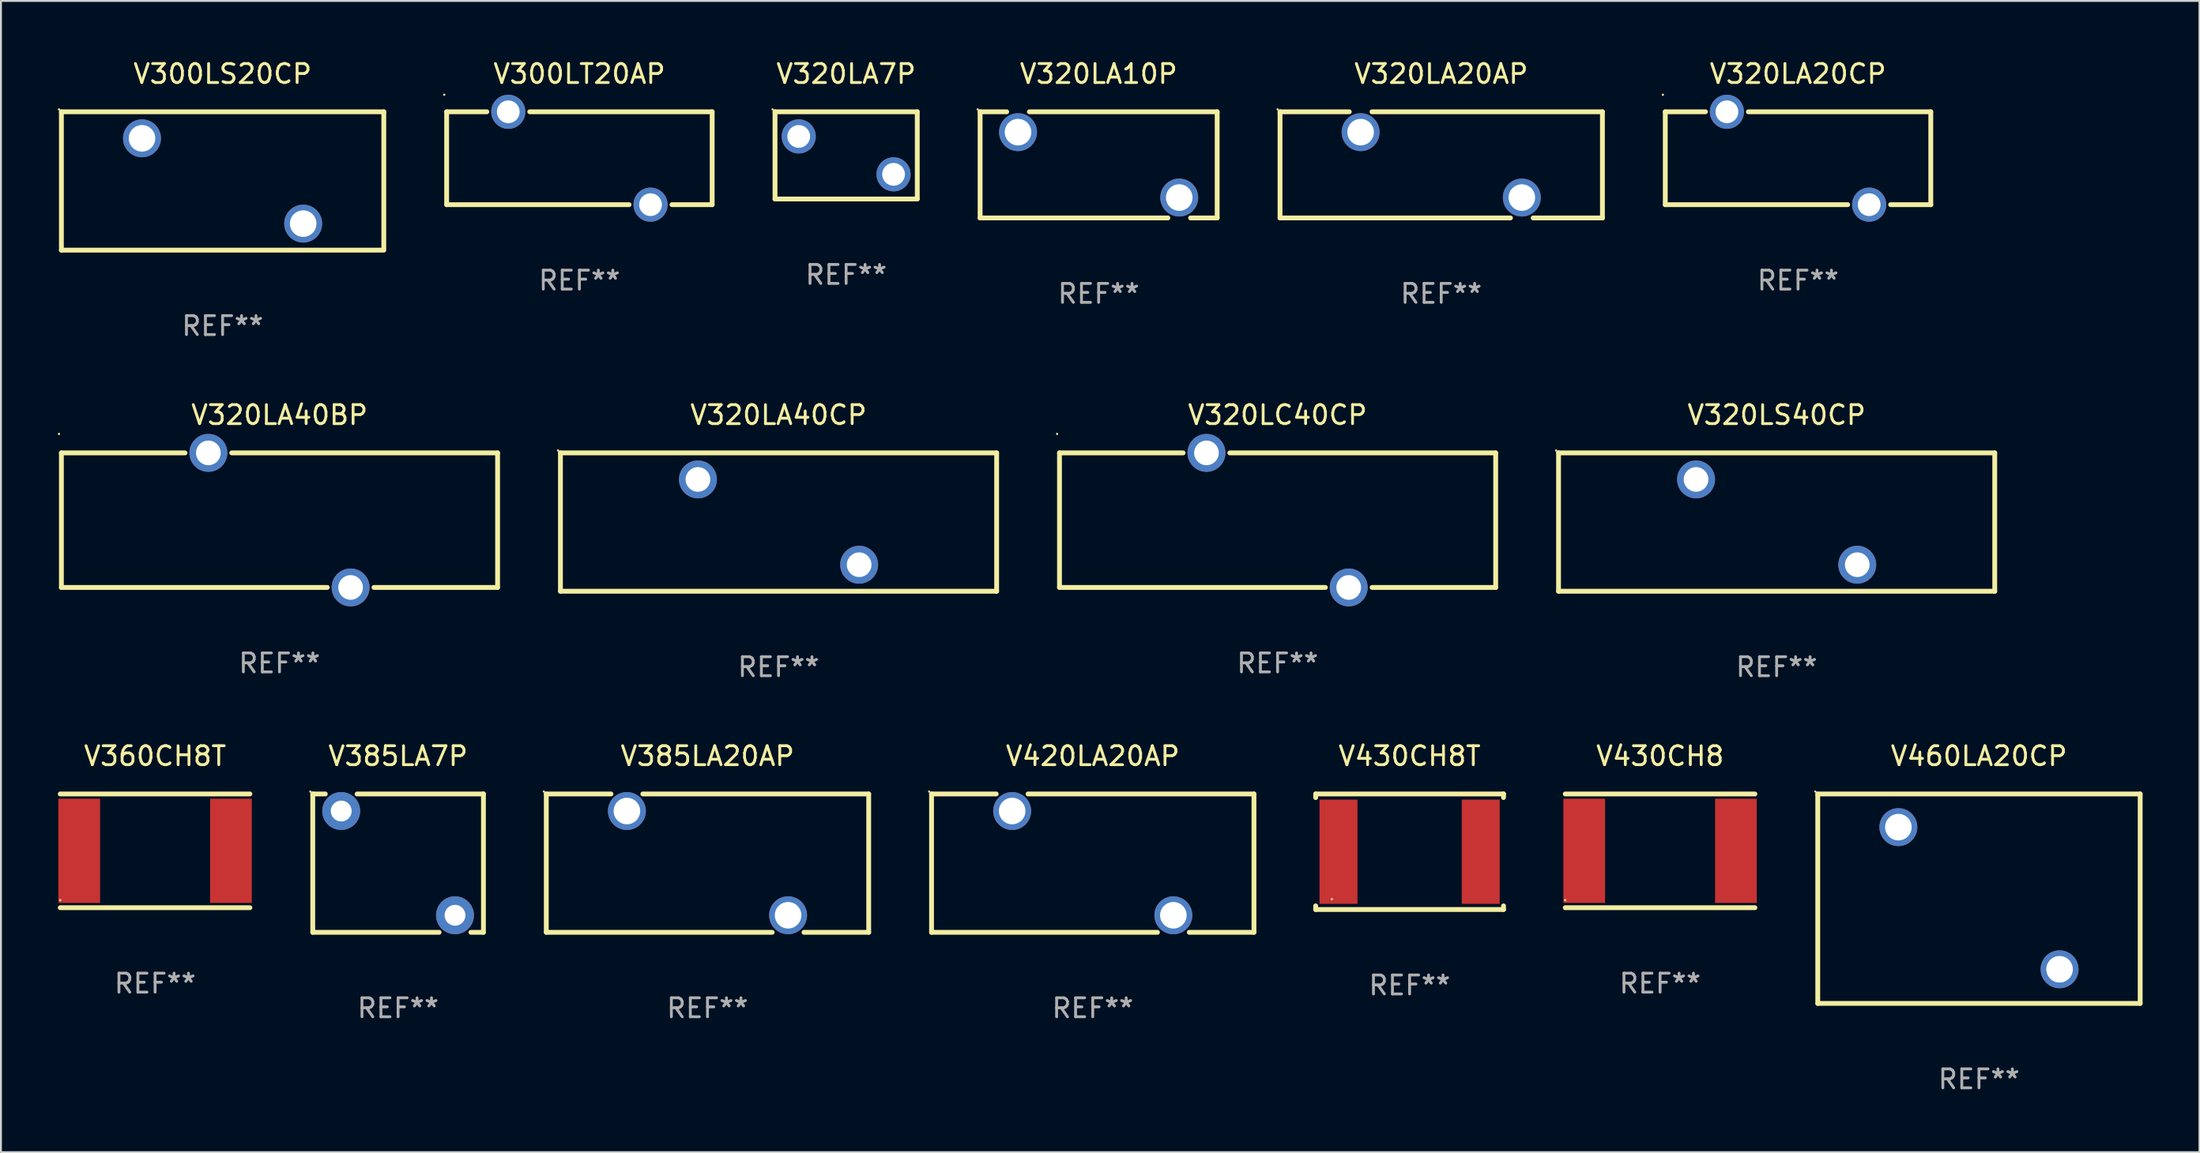
<source format=kicad_pcb>
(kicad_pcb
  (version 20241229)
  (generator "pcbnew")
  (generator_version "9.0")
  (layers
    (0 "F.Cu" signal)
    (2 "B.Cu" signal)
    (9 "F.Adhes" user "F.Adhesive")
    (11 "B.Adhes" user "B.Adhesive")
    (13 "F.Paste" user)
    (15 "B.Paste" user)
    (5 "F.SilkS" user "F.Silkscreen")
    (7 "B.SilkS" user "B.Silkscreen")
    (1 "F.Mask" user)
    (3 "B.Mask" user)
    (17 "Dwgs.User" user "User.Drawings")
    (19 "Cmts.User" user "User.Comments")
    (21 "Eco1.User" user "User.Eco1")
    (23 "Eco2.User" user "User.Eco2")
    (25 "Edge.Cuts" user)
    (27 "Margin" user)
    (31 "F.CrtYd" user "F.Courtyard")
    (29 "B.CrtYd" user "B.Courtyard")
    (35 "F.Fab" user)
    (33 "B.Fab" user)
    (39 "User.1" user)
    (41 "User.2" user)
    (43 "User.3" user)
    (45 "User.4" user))
  (footprint "V320LC40CP"
    (layer "F.Cu")
    (at 64.315 24.395)
    (property "Reference" "V320LC40CP" (at 0 -5.55 0) (layer "F.SilkS") (effects (font (size 1 1) (thickness 0.15))))
    (attr through_hole)
    (fp_line (start -11.5 -3.55) (end -4.981 -3.55) (stroke (width 0.254) (type solid)) (layer "F.SilkS"))
    (fp_line (start -11.5 3.55) (end -11.5 -3.55) (stroke (width 0.254) (type solid)) (layer "F.SilkS"))
    (fp_line (start -2.519 -3.55) (end 11.5 -3.55) (stroke (width 0.254) (type solid)) (layer "F.SilkS"))
    (fp_line (start 2.519 3.55) (end -11.5 3.55) (stroke (width 0.254) (type solid)) (layer "F.SilkS"))
    (fp_line (start 11.5 -3.55) (end 11.5 3.55) (stroke (width 0.254) (type solid)) (layer "F.SilkS"))
    (fp_line (start 11.5 3.55) (end 4.981 3.55) (stroke (width 0.254) (type solid)) (layer "F.SilkS"))
    (fp_circle (center -11.627 -4.55) (end -11.597 -4.55) (stroke (width 0.06) (type solid)) (fill no) (layer "F.SilkS"))
    (fp_text user "REF**" (at 0 7.55 0) (layer "F.Fab") (effects (font (size 1 1) (thickness 0.15))))
    (pad "1" thru_hole circle (at -3.75 -3.55) (size 2 2) (drill 1.3) (layers "*.Cu" "*.Mask"))
    (pad "2" thru_hole circle (at 3.75 3.55) (size 2 2) (drill 1.3) (layers "*.Cu" "*.Mask")))
  (footprint "V430CH8T"
    (layer "F.Cu")
    (at 71.276 41.889)
    (property "Reference" "V430CH8T" (at 0 -5.048 0) (layer "F.SilkS") (effects (font (size 1 1) (thickness 0.15))))
    (attr through_hole)
    (fp_line (start -4.953 -3.048) (end -4.953 -2.858) (stroke (width 0.254) (type solid)) (layer "F.SilkS"))
    (fp_line (start -4.953 -3.048) (end 4.953 -3.048) (stroke (width 0.254) (type solid)) (layer "F.SilkS"))
    (fp_line (start -4.953 2.858) (end -4.953 3.048) (stroke (width 0.254) (type solid)) (layer "F.SilkS"))
    (fp_line (start -4.953 3.048) (end 4.953 3.048) (stroke (width 0.254) (type solid)) (layer "F.SilkS"))
    (fp_line (start 4.953 -3.048) (end 4.953 -2.858) (stroke (width 0.254) (type solid)) (layer "F.SilkS"))
    (fp_line (start 4.953 2.858) (end 4.953 3.048) (stroke (width 0.254) (type solid)) (layer "F.SilkS"))
    (fp_circle (center -4.1 2.5) (end -4.07 2.5) (stroke (width 0.06) (type solid)) (fill no) (layer "F.SilkS"))
    (fp_text user "REF**" (at 0 7.048 0) (layer "F.Fab") (effects (font (size 1 1) (thickness 0.15))))
    (pad "1" smd rect (at -3.75 0) (size 2 5.5) (layers "F.Cu" "F.Mask" "F.Paste"))
    (pad "2" smd rect (at 3.75 0) (size 2 5.5) (layers "F.Cu" "F.Mask" "F.Paste")))
  (footprint "V300LT20AP"
    (layer "F.Cu")
    (at 27.501 5.298)
    (property "Reference" "V300LT20AP" (at 0 -4.45 0) (layer "F.SilkS") (effects (font (size 1 1) (thickness 0.15))))
    (attr through_hole)
    (fp_line (start -7 -2.45) (end -4.881 -2.45) (stroke (width 0.254) (type solid)) (layer "F.SilkS"))
    (fp_line (start -7 2.45) (end -7 -2.45) (stroke (width 0.254) (type solid)) (layer "F.SilkS"))
    (fp_line (start -7 2.45) (end 2.619 2.45) (stroke (width 0.254) (type solid)) (layer "F.SilkS"))
    (fp_line (start -2.619 -2.45) (end 7 -2.45) (stroke (width 0.254) (type solid)) (layer "F.SilkS"))
    (fp_line (start 4.881 2.45) (end 7 2.45) (stroke (width 0.254) (type solid)) (layer "F.SilkS"))
    (fp_line (start 7 -2.45) (end 7 2.45) (stroke (width 0.254) (type solid)) (layer "F.SilkS"))
    (fp_circle (center -7.127 -3.35) (end -7.097 -3.35) (stroke (width 0.06) (type solid)) (fill no) (layer "F.SilkS"))
    (fp_text user "REF**" (at 0 6.45 0) (layer "F.Fab") (effects (font (size 1 1) (thickness 0.15))))
    (pad "1" thru_hole circle (at -3.75 -2.45) (size 1.8 1.8) (drill 1.2) (layers "*.Cu" "*.Mask"))
    (pad "2" thru_hole circle (at 3.75 2.45) (size 1.8 1.8) (drill 1.2) (layers "*.Cu" "*.Mask")))
  (footprint "V320LA20CP"
    (layer "F.Cu")
    (at 91.757 5.298)
    (property "Reference" "V320LA20CP" (at 0 -4.45 0) (layer "F.SilkS") (effects (font (size 1 1) (thickness 0.15))))
    (attr through_hole)
    (fp_line (start -7 -2.45) (end -4.881 -2.45) (stroke (width 0.254) (type solid)) (layer "F.SilkS"))
    (fp_line (start -7 2.45) (end -7 -2.45) (stroke (width 0.254) (type solid)) (layer "F.SilkS"))
    (fp_line (start -7 2.45) (end 2.619 2.45) (stroke (width 0.254) (type solid)) (layer "F.SilkS"))
    (fp_line (start -2.619 -2.45) (end 7 -2.45) (stroke (width 0.254) (type solid)) (layer "F.SilkS"))
    (fp_line (start 4.881 2.45) (end 7 2.45) (stroke (width 0.254) (type solid)) (layer "F.SilkS"))
    (fp_line (start 7 -2.45) (end 7 2.45) (stroke (width 0.254) (type solid)) (layer "F.SilkS"))
    (fp_circle (center -7.127 -3.35) (end -7.097 -3.35) (stroke (width 0.06) (type solid)) (fill no) (layer "F.SilkS"))
    (fp_text user "REF**" (at 0 6.45 0) (layer "F.Fab") (effects (font (size 1 1) (thickness 0.15))))
    (pad "1" thru_hole circle (at -3.75 -2.45) (size 1.8 1.8) (drill 1.2) (layers "*.Cu" "*.Mask"))
    (pad "2" thru_hole circle (at 3.75 2.45) (size 1.8 1.8) (drill 1.2) (layers "*.Cu" "*.Mask")))
  (footprint "V385LA7P"
    (layer "F.Cu")
    (at 17.941 42.491)
    (property "Reference" "V385LA7P" (at 0 -5.65 0) (layer "F.SilkS") (effects (font (size 1 1) (thickness 0.15))))
    (attr through_hole)
    (fp_line (start -4.5 -3.65) (end -4.5 3.65) (stroke (width 0.254) (type solid)) (layer "F.SilkS"))
    (fp_line (start -4.5 -3.65) (end -3.839 -3.65) (stroke (width 0.254) (type solid)) (layer "F.SilkS"))
    (fp_line (start -4.5 3.65) (end 2.161 3.65) (stroke (width 0.254) (type solid)) (layer "F.SilkS"))
    (fp_line (start -2.161 -3.65) (end 4.5 -3.65) (stroke (width 0.254) (type solid)) (layer "F.SilkS"))
    (fp_line (start 3.839 3.65) (end 4.5 3.65) (stroke (width 0.254) (type solid)) (layer "F.SilkS"))
    (fp_line (start 4.5 3.65) (end 4.5 -3.65) (stroke (width 0.254) (type solid)) (layer "F.SilkS"))
    (fp_circle (center -4.627 -3.777) (end -4.597 -3.777) (stroke (width 0.06) (type solid)) (fill no) (layer "F.SilkS"))
    (fp_text user "REF**" (at 0 7.65 0) (layer "F.Fab") (effects (font (size 1 1) (thickness 0.15))))
    (pad "1" thru_hole circle (at -3 -2.75) (size 2 2) (drill 1.1) (layers "*.Cu" "*.Mask"))
    (pad "2" thru_hole circle (at 3 2.75) (size 2 2) (drill 1.1) (layers "*.Cu" "*.Mask")))
  (footprint "V420LA20AP"
    (layer "F.Cu")
    (at 54.569 42.491)
    (property "Reference" "V420LA20AP" (at 0 -5.65 0) (layer "F.SilkS") (effects (font (size 1 1) (thickness 0.15))))
    (attr through_hole)
    (fp_line (start -8.5 -3.65) (end -8.5 3.65) (stroke (width 0.254) (type solid)) (layer "F.SilkS"))
    (fp_line (start -8.5 -3.65) (end -5.089 -3.65) (stroke (width 0.254) (type solid)) (layer "F.SilkS"))
    (fp_line (start -8.5 3.65) (end 3.411 3.65) (stroke (width 0.254) (type solid)) (layer "F.SilkS"))
    (fp_line (start -3.411 -3.65) (end 8.5 -3.65) (stroke (width 0.254) (type solid)) (layer "F.SilkS"))
    (fp_line (start 5.089 3.65) (end 8.5 3.65) (stroke (width 0.254) (type solid)) (layer "F.SilkS"))
    (fp_line (start 8.5 -3.65) (end 8.5 3.65) (stroke (width 0.254) (type solid)) (layer "F.SilkS"))
    (fp_circle (center -8.627 -3.777) (end -8.597 -3.777) (stroke (width 0.06) (type solid)) (fill no) (layer "F.SilkS"))
    (fp_text user "REF**" (at 0 7.65 0) (layer "F.Fab") (effects (font (size 1 1) (thickness 0.15))))
    (pad "1" thru_hole circle (at -4.25 -2.75) (size 2 2) (drill 1.4) (layers "*.Cu" "*.Mask"))
    (pad "2" thru_hole circle (at 4.25 2.75) (size 2 2) (drill 1.4) (layers "*.Cu" "*.Mask")))
  (footprint "V320LA20AP"
    (layer "F.Cu")
    (at 72.943 5.648)
    (property "Reference" "V320LA20AP" (at 0 -4.8 0) (layer "F.SilkS") (effects (font (size 1 1) (thickness 0.15))))
    (attr through_hole)
    (fp_line (start -8.5 -2.8) (end -4.847 -2.8) (stroke (width 0.254) (type solid)) (layer "F.SilkS"))
    (fp_line (start -8.5 2.8) (end -8.5 -2.8) (stroke (width 0.254) (type solid)) (layer "F.SilkS"))
    (fp_line (start -8.5 2.8) (end 3.652 2.8) (stroke (width 0.254) (type solid)) (layer "F.SilkS"))
    (fp_line (start -3.652 -2.8) (end 8.5 -2.8) (stroke (width 0.254) (type solid)) (layer "F.SilkS"))
    (fp_line (start 4.847 2.8) (end 8.5 2.8) (stroke (width 0.254) (type solid)) (layer "F.SilkS"))
    (fp_line (start 8.5 -2.8) (end 8.5 2.8) (stroke (width 0.254) (type solid)) (layer "F.SilkS"))
    (fp_circle (center -8.627 -2.927) (end -8.597 -2.927) (stroke (width 0.06) (type solid)) (fill no) (layer "F.SilkS"))
    (fp_text user "REF**" (at 0 6.8 0) (layer "F.Fab") (effects (font (size 1 1) (thickness 0.15))))
    (pad "1" thru_hole circle (at -4.25 -1.725) (size 2 2) (drill 1.4) (layers "*.Cu" "*.Mask"))
    (pad "2" thru_hole circle (at 4.25 1.725) (size 2 2) (drill 1.4) (layers "*.Cu" "*.Mask")))
  (footprint "V385LA20AP"
    (layer "F.Cu")
    (at 34.255 42.491)
    (property "Reference" "V385LA20AP" (at 0 -5.65 0) (layer "F.SilkS") (effects (font (size 1 1) (thickness 0.15))))
    (attr through_hole)
    (fp_line (start -8.5 -3.65) (end -8.5 3.65) (stroke (width 0.254) (type solid)) (layer "F.SilkS"))
    (fp_line (start -8.5 -3.65) (end -5.089 -3.65) (stroke (width 0.254) (type solid)) (layer "F.SilkS"))
    (fp_line (start -8.5 3.65) (end 3.411 3.65) (stroke (width 0.254) (type solid)) (layer "F.SilkS"))
    (fp_line (start -3.411 -3.65) (end 8.5 -3.65) (stroke (width 0.254) (type solid)) (layer "F.SilkS"))
    (fp_line (start 5.089 3.65) (end 8.5 3.65) (stroke (width 0.254) (type solid)) (layer "F.SilkS"))
    (fp_line (start 8.5 -3.65) (end 8.5 3.65) (stroke (width 0.254) (type solid)) (layer "F.SilkS"))
    (fp_circle (center -8.627 -3.777) (end -8.597 -3.777) (stroke (width 0.06) (type solid)) (fill no) (layer "F.SilkS"))
    (fp_text user "REF**" (at 0 7.65 0) (layer "F.Fab") (effects (font (size 1 1) (thickness 0.15))))
    (pad "1" thru_hole circle (at -4.25 -2.75) (size 2 2) (drill 1.4) (layers "*.Cu" "*.Mask"))
    (pad "2" thru_hole circle (at 4.25 2.75) (size 2 2) (drill 1.4) (layers "*.Cu" "*.Mask")))
  (footprint "V300LS20CP"
    (layer "F.Cu")
    (at 8.687 6.498)
    (property "Reference" "V300LS20CP" (at 0 -5.65 0) (layer "F.SilkS") (effects (font (size 1 1) (thickness 0.15))))
    (attr through_hole)
    (fp_line (start -8.5 -3.65) (end -8.5 3.65) (stroke (width 0.254) (type solid)) (layer "F.SilkS"))
    (fp_line (start -8.5 -3.65) (end 8.5 -3.65) (stroke (width 0.254) (type solid)) (layer "F.SilkS"))
    (fp_line (start 8.5 -3.65) (end 8.5 3.556) (stroke (width 0.254) (type solid)) (layer "F.SilkS"))
    (fp_line (start 8.5 3.65) (end -8.5 3.65) (stroke (width 0.254) (type solid)) (layer "F.SilkS"))
    (fp_circle (center -8.627 -3.777) (end -8.597 -3.777) (stroke (width 0.06) (type solid)) (fill no) (layer "F.SilkS"))
    (fp_text user "REF**" (at 0 7.65 0) (layer "F.Fab") (effects (font (size 1 1) (thickness 0.15))))
    (pad "1" thru_hole circle (at -4.25 -2.25) (size 2 2) (drill 1.4) (layers "*.Cu" "*.Mask"))
    (pad "2" thru_hole circle (at 4.25 2.25) (size 2 2) (drill 1.4) (layers "*.Cu" "*.Mask")))
  (footprint "V320LA10P"
    (layer "F.Cu")
    (at 54.879 5.648)
    (property "Reference" "V320LA10P" (at 0 -4.8 0) (layer "F.SilkS") (effects (font (size 1 1) (thickness 0.15))))
    (attr through_hole)
    (fp_line (start -6.25 -2.8) (end -4.847 -2.8) (stroke (width 0.254) (type solid)) (layer "F.SilkS"))
    (fp_line (start -6.25 2.8) (end -6.25 -2.8) (stroke (width 0.254) (type solid)) (layer "F.SilkS"))
    (fp_line (start -3.652 -2.8) (end 6.25 -2.8) (stroke (width 0.254) (type solid)) (layer "F.SilkS"))
    (fp_line (start 3.652 2.8) (end -6.25 2.8) (stroke (width 0.254) (type solid)) (layer "F.SilkS"))
    (fp_line (start 6.25 -2.8) (end 6.25 2.8) (stroke (width 0.254) (type solid)) (layer "F.SilkS"))
    (fp_line (start 6.25 2.8) (end 4.847 2.8) (stroke (width 0.254) (type solid)) (layer "F.SilkS"))
    (fp_circle (center -6.377 -2.927) (end -6.347 -2.927) (stroke (width 0.06) (type solid)) (fill no) (layer "F.SilkS"))
    (fp_text user "REF**" (at 0 6.8 0) (layer "F.Fab") (effects (font (size 1 1) (thickness 0.15))))
    (pad "1" thru_hole circle (at -4.25 -1.725) (size 2 2) (drill 1.4) (layers "*.Cu" "*.Mask"))
    (pad "2" thru_hole circle (at 4.25 1.725) (size 2 2) (drill 1.4) (layers "*.Cu" "*.Mask")))
  (footprint "V320LA40BP"
    (layer "F.Cu")
    (at 11.687 24.395)
    (property "Reference" "V320LA40BP" (at 0 -5.55 0) (layer "F.SilkS") (effects (font (size 1 1) (thickness 0.15))))
    (attr through_hole)
    (fp_line (start -11.5 -3.55) (end -4.981 -3.55) (stroke (width 0.254) (type solid)) (layer "F.SilkS"))
    (fp_line (start -11.5 3.55) (end -11.5 -3.55) (stroke (width 0.254) (type solid)) (layer "F.SilkS"))
    (fp_line (start -2.519 -3.55) (end 11.5 -3.55) (stroke (width 0.254) (type solid)) (layer "F.SilkS"))
    (fp_line (start 2.519 3.55) (end -11.5 3.55) (stroke (width 0.254) (type solid)) (layer "F.SilkS"))
    (fp_line (start 11.5 -3.55) (end 11.5 3.55) (stroke (width 0.254) (type solid)) (layer "F.SilkS"))
    (fp_line (start 11.5 3.55) (end 4.981 3.55) (stroke (width 0.254) (type solid)) (layer "F.SilkS"))
    (fp_circle (center -11.627 -4.55) (end -11.597 -4.55) (stroke (width 0.06) (type solid)) (fill no) (layer "F.SilkS"))
    (fp_text user "REF**" (at 0 7.55 0) (layer "F.Fab") (effects (font (size 1 1) (thickness 0.15))))
    (pad "1" thru_hole circle (at -3.75 -3.55) (size 2 2) (drill 1.3) (layers "*.Cu" "*.Mask"))
    (pad "2" thru_hole circle (at 3.75 3.55) (size 2 2) (drill 1.3) (layers "*.Cu" "*.Mask")))
  (footprint "V460LA20CP"
    (layer "F.Cu")
    (at 101.297 44.366)
    (property "Reference" "V460LA20CP" (at 0 -7.525 0) (layer "F.SilkS") (effects (font (size 1 1) (thickness 0.15))))
    (attr through_hole)
    (fp_line (start -8.5 -5.525) (end 8.5 -5.525) (stroke (width 0.254) (type solid)) (layer "F.SilkS"))
    (fp_line (start -8.5 5.525) (end -8.5 -5.525) (stroke (width 0.254) (type solid)) (layer "F.SilkS"))
    (fp_line (start 8.5 5.525) (end -8.5 5.525) (stroke (width 0.254) (type solid)) (layer "F.SilkS"))
    (fp_line (start 8.5 5.525) (end 8.5 -5.525) (stroke (width 0.254) (type solid)) (layer "F.SilkS"))
    (fp_circle (center -8.627 -5.652) (end -8.597 -5.652) (stroke (width 0.06) (type solid)) (fill no) (layer "F.SilkS"))
    (fp_text user "REF**" (at 0 9.525 0) (layer "F.Fab") (effects (font (size 1 1) (thickness 0.15))))
    (pad "1" thru_hole circle (at -4.25 -3.775) (size 2 2) (drill 1.4) (layers "*.Cu" "*.Mask"))
    (pad "2" thru_hole circle (at 4.25 3.725) (size 2 2) (drill 1.4) (layers "*.Cu" "*.Mask")))
  (footprint "V430CH8"
    (layer "F.Cu")
    (at 84.483 41.841)
    (property "Reference" "V430CH8" (at 0 -5 0) (layer "F.SilkS") (effects (font (size 1 1) (thickness 0.15))))
    (attr through_hole)
    (fp_line (start -5 -3) (end 5 -3) (stroke (width 0.254) (type solid)) (layer "F.SilkS"))
    (fp_line (start -5 3) (end 5 3) (stroke (width 0.254) (type solid)) (layer "F.SilkS"))
    (fp_circle (center -5 2.6) (end -4.97 2.6) (stroke (width 0.06) (type solid)) (fill no) (layer "F.SilkS"))
    (fp_text user "REF**" (at 0 7 0) (layer "F.Fab") (effects (font (size 1 1) (thickness 0.15))))
    (pad "1" smd rect (at -4 0 90) (size 5.5 2.2) (layers "F.Cu" "F.Mask" "F.Paste"))
    (pad "2" smd rect (at 4 0 90) (size 5.5 2.2) (layers "F.Cu" "F.Mask" "F.Paste")))
  (footprint "V360CH8T"
    (layer "F.Cu")
    (at 5.127 41.841)
    (property "Reference" "V360CH8T" (at 0 -5 0) (layer "F.SilkS") (effects (font (size 1 1) (thickness 0.15))))
    (attr through_hole)
    (fp_line (start -5 -3) (end 5 -3) (stroke (width 0.254) (type solid)) (layer "F.SilkS"))
    (fp_line (start -5 3) (end 5 3) (stroke (width 0.254) (type solid)) (layer "F.SilkS"))
    (fp_circle (center -5 2.6) (end -4.97 2.6) (stroke (width 0.06) (type solid)) (fill no) (layer "F.SilkS"))
    (fp_text user "REF**" (at 0 7 0) (layer "F.Fab") (effects (font (size 1 1) (thickness 0.15))))
    (pad "1" smd rect (at -4 0 90) (size 5.5 2.2) (layers "F.Cu" "F.Mask" "F.Paste"))
    (pad "2" smd rect (at 4 0 90) (size 5.5 2.2) (layers "F.Cu" "F.Mask" "F.Paste")))
  (footprint "V320LA40CP"
    (layer "F.Cu")
    (at 38.001 24.495)
    (property "Reference" "V320LA40CP" (at 0 -5.65 0) (layer "F.SilkS") (effects (font (size 1 1) (thickness 0.15))))
    (attr through_hole)
    (fp_line (start -11.5 -3.65) (end -11.5 3.65) (stroke (width 0.254) (type solid)) (layer "F.SilkS"))
    (fp_line (start -11.5 -3.65) (end 11.5 -3.65) (stroke (width 0.254) (type solid)) (layer "F.SilkS"))
    (fp_line (start 11.5 3.65) (end -11.5 3.65) (stroke (width 0.254) (type solid)) (layer "F.SilkS"))
    (fp_line (start 11.5 3.65) (end 11.5 -3.65) (stroke (width 0.254) (type solid)) (layer "F.SilkS"))
    (fp_circle (center -11.627 -3.777) (end -11.597 -3.777) (stroke (width 0.06) (type solid)) (fill no) (layer "F.SilkS"))
    (fp_text user "REF**" (at 0 7.65 0) (layer "F.Fab") (effects (font (size 1 1) (thickness 0.15))))
    (pad "1" thru_hole circle (at -4.25 -2.25) (size 2 2) (drill 1.3) (layers "*.Cu" "*.Mask"))
    (pad "2" thru_hole circle (at 4.25 2.25) (size 2 2) (drill 1.3) (layers "*.Cu" "*.Mask")))
  (footprint "V320LA7P"
    (layer "F.Cu")
    (at 41.565 5.148)
    (property "Reference" "V320LA7P" (at 0 -4.3 0) (layer "F.SilkS") (effects (font (size 1 1) (thickness 0.15))))
    (attr through_hole)
    (fp_line (start -3.75 -2.3) (end 3.75 -2.3) (stroke (width 0.254) (type solid)) (layer "F.SilkS"))
    (fp_line (start -3.75 2.3) (end -3.75 -2.3) (stroke (width 0.254) (type solid)) (layer "F.SilkS"))
    (fp_line (start 3.75 -2.3) (end 3.75 2.3) (stroke (width 0.254) (type solid)) (layer "F.SilkS"))
    (fp_line (start 3.75 2.3) (end -3.75 2.3) (stroke (width 0.254) (type solid)) (layer "F.SilkS"))
    (fp_circle (center -3.877 -2.427) (end -3.847 -2.427) (stroke (width 0.06) (type solid)) (fill no) (layer "F.SilkS"))
    (fp_text user "REF**" (at 0 6.3 0) (layer "F.Fab") (effects (font (size 1 1) (thickness 0.15))))
    (pad "1" thru_hole circle (at -2.5 -1) (size 1.8 1.8) (drill 1.2) (layers "*.Cu" "*.Mask"))
    (pad "2" thru_hole circle (at 2.5 1) (size 1.8 1.8) (drill 1.2) (layers "*.Cu" "*.Mask")))
  (footprint "V320LS40CP"
    (layer "F.Cu")
    (at 90.629 24.495)
    (property "Reference" "V320LS40CP" (at 0 -5.65 0) (layer "F.SilkS") (effects (font (size 1 1) (thickness 0.15))))
    (attr through_hole)
    (fp_line (start -11.5 -3.65) (end -11.5 3.65) (stroke (width 0.254) (type solid)) (layer "F.SilkS"))
    (fp_line (start -11.5 -3.65) (end 11.5 -3.65) (stroke (width 0.254) (type solid)) (layer "F.SilkS"))
    (fp_line (start 11.5 3.65) (end -11.5 3.65) (stroke (width 0.254) (type solid)) (layer "F.SilkS"))
    (fp_line (start 11.5 3.65) (end 11.5 -3.65) (stroke (width 0.254) (type solid)) (layer "F.SilkS"))
    (fp_circle (center -11.627 -3.777) (end -11.597 -3.777) (stroke (width 0.06) (type solid)) (fill no) (layer "F.SilkS"))
    (fp_text user "REF**" (at 0 7.65 0) (layer "F.Fab") (effects (font (size 1 1) (thickness 0.15))))
    (pad "1" thru_hole circle (at -4.25 -2.25) (size 2 2) (drill 1.3) (layers "*.Cu" "*.Mask"))
    (pad "2" thru_hole circle (at 4.25 2.25) (size 2 2) (drill 1.3) (layers "*.Cu" "*.Mask")))
  (gr_rect
    (start -3 -3)
    (end 112.924 57.74)
    (stroke (width 0.1) (type default))
    (fill no)
    (layer "Edge.Cuts")))
</source>
